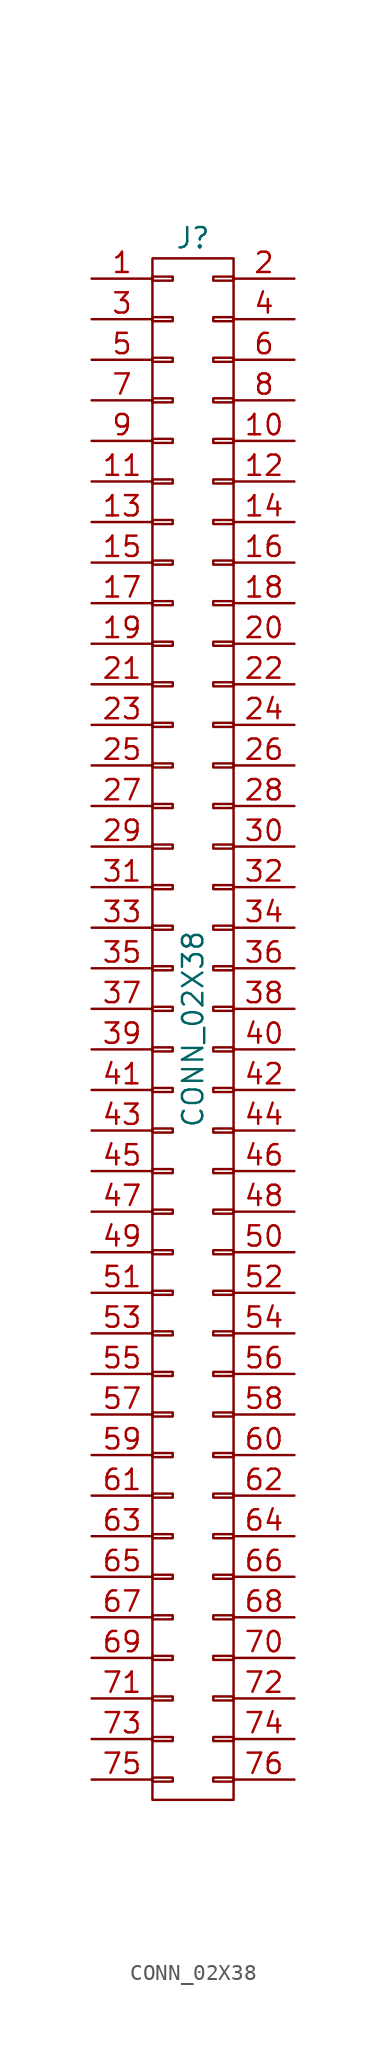
<source format=kicad_sym>
(kicad_symbol_lib
  (version 20211014)
  (generator kicad_symbol_editor)
  (symbol "CONN_02X38"
    (pin_names
      (offset 0.025) hide)
    (property "Reference" "J"
      (at 0 49.53 0)
      (effects (font (size 1.27 1.27))))
    (property "Value" "CONN_02X38"
      (at 0 0 90)
      (effects (font (size 1.27 1.27))))
    (symbol "CONN_02X38_0_1"
      (rectangle (start -2.54 -48.26) (end 2.54 48.26) (stroke (width 0) (type default) (color 0 0 0 0)) (fill (type none)))
      (rectangle (start -2.54 -46.863) (end -1.27 -47.117) (stroke (width 0) (type default) (color 0 0 0 0)) (fill (type none)))
      (rectangle (start -2.54 -44.323) (end -1.27 -44.577) (stroke (width 0) (type default) (color 0 0 0 0)) (fill (type none)))
      (rectangle (start -2.54 -41.783) (end -1.27 -42.037) (stroke (width 0) (type default) (color 0 0 0 0)) (fill (type none)))
      (rectangle (start -2.54 -39.243) (end -1.27 -39.497) (stroke (width 0) (type default) (color 0 0 0 0)) (fill (type none)))
      (rectangle (start -2.54 -36.703) (end -1.27 -36.957) (stroke (width 0) (type default) (color 0 0 0 0)) (fill (type none)))
      (rectangle (start -2.54 -34.163) (end -1.27 -34.417) (stroke (width 0) (type default) (color 0 0 0 0)) (fill (type none)))
      (rectangle (start -2.54 -31.623) (end -1.27 -31.877) (stroke (width 0) (type default) (color 0 0 0 0)) (fill (type none)))
      (rectangle (start -2.54 -29.083) (end -1.27 -29.337) (stroke (width 0) (type default) (color 0 0 0 0)) (fill (type none)))
      (rectangle (start -2.54 -26.543) (end -1.27 -26.797) (stroke (width 0) (type default) (color 0 0 0 0)) (fill (type none)))
      (rectangle (start -2.54 -24.003) (end -1.27 -24.257) (stroke (width 0) (type default) (color 0 0 0 0)) (fill (type none)))
      (rectangle (start -2.54 -21.463) (end -1.27 -21.717) (stroke (width 0) (type default) (color 0 0 0 0)) (fill (type none)))
      (rectangle (start -2.54 -18.923) (end -1.27 -19.177) (stroke (width 0) (type default) (color 0 0 0 0)) (fill (type none)))
      (rectangle (start -2.54 -16.383) (end -1.27 -16.637) (stroke (width 0) (type default) (color 0 0 0 0)) (fill (type none)))
      (rectangle (start -2.54 -13.843) (end -1.27 -14.097) (stroke (width 0) (type default) (color 0 0 0 0)) (fill (type none)))
      (rectangle (start -2.54 -11.303) (end -1.27 -11.557) (stroke (width 0) (type default) (color 0 0 0 0)) (fill (type none)))
      (rectangle (start -2.54 -8.763) (end -1.27 -9.017) (stroke (width 0) (type default) (color 0 0 0 0)) (fill (type none)))
      (rectangle (start -2.54 -6.223) (end -1.27 -6.477) (stroke (width 0) (type default) (color 0 0 0 0)) (fill (type none)))
      (rectangle (start -2.54 -3.683) (end -1.27 -3.937) (stroke (width 0) (type default) (color 0 0 0 0)) (fill (type none)))
      (rectangle (start -2.54 -1.143) (end -1.27 -1.397) (stroke (width 0) (type default) (color 0 0 0 0)) (fill (type none)))
      (rectangle (start -2.54 1.397) (end -1.27 1.143) (stroke (width 0) (type default) (color 0 0 0 0)) (fill (type none)))
      (rectangle (start -2.54 3.937) (end -1.27 3.683) (stroke (width 0) (type default) (color 0 0 0 0)) (fill (type none)))
      (rectangle (start -2.54 6.477) (end -1.27 6.223) (stroke (width 0) (type default) (color 0 0 0 0)) (fill (type none)))
      (rectangle (start -2.54 9.017) (end -1.27 8.763) (stroke (width 0) (type default) (color 0 0 0 0)) (fill (type none)))
      (rectangle (start -2.54 11.557) (end -1.27 11.303) (stroke (width 0) (type default) (color 0 0 0 0)) (fill (type none)))
      (rectangle (start -2.54 14.097) (end -1.27 13.843) (stroke (width 0) (type default) (color 0 0 0 0)) (fill (type none)))
      (rectangle (start -2.54 16.637) (end -1.27 16.383) (stroke (width 0) (type default) (color 0 0 0 0)) (fill (type none)))
      (rectangle (start -2.54 19.177) (end -1.27 18.923) (stroke (width 0) (type default) (color 0 0 0 0)) (fill (type none)))
      (rectangle (start -2.54 21.717) (end -1.27 21.463) (stroke (width 0) (type default) (color 0 0 0 0)) (fill (type none)))
      (rectangle (start -2.54 24.257) (end -1.27 24.003) (stroke (width 0) (type default) (color 0 0 0 0)) (fill (type none)))
      (rectangle (start -2.54 26.797) (end -1.27 26.543) (stroke (width 0) (type default) (color 0 0 0 0)) (fill (type none)))
      (rectangle (start -2.54 29.337) (end -1.27 29.083) (stroke (width 0) (type default) (color 0 0 0 0)) (fill (type none)))
      (rectangle (start -2.54 31.877) (end -1.27 31.623) (stroke (width 0) (type default) (color 0 0 0 0)) (fill (type none)))
      (rectangle (start -2.54 34.417) (end -1.27 34.163) (stroke (width 0) (type default) (color 0 0 0 0)) (fill (type none)))
      (rectangle (start -2.54 36.957) (end -1.27 36.703) (stroke (width 0) (type default) (color 0 0 0 0)) (fill (type none)))
      (rectangle (start -2.54 39.497) (end -1.27 39.243) (stroke (width 0) (type default) (color 0 0 0 0)) (fill (type none)))
      (rectangle (start -2.54 42.037) (end -1.27 41.783) (stroke (width 0) (type default) (color 0 0 0 0)) (fill (type none)))
      (rectangle (start -2.54 44.577) (end -1.27 44.323) (stroke (width 0) (type default) (color 0 0 0 0)) (fill (type none)))
      (rectangle (start -2.54 47.117) (end -1.27 46.863) (stroke (width 0) (type default) (color 0 0 0 0)) (fill (type none)))
      (rectangle (start 1.27 -46.863) (end 2.54 -47.117) (stroke (width 0) (type default) (color 0 0 0 0)) (fill (type none)))
      (rectangle (start 1.27 -44.323) (end 2.54 -44.577) (stroke (width 0) (type default) (color 0 0 0 0)) (fill (type none)))
      (rectangle (start 1.27 -41.783) (end 2.54 -42.037) (stroke (width 0) (type default) (color 0 0 0 0)) (fill (type none)))
      (rectangle (start 1.27 -39.243) (end 2.54 -39.497) (stroke (width 0) (type default) (color 0 0 0 0)) (fill (type none)))
      (rectangle (start 1.27 -36.703) (end 2.54 -36.957) (stroke (width 0) (type default) (color 0 0 0 0)) (fill (type none)))
      (rectangle (start 1.27 -34.163) (end 2.54 -34.417) (stroke (width 0) (type default) (color 0 0 0 0)) (fill (type none)))
      (rectangle (start 1.27 -31.623) (end 2.54 -31.877) (stroke (width 0) (type default) (color 0 0 0 0)) (fill (type none)))
      (rectangle (start 1.27 -29.083) (end 2.54 -29.337) (stroke (width 0) (type default) (color 0 0 0 0)) (fill (type none)))
      (rectangle (start 1.27 -26.543) (end 2.54 -26.797) (stroke (width 0) (type default) (color 0 0 0 0)) (fill (type none)))
      (rectangle (start 1.27 -24.003) (end 2.54 -24.257) (stroke (width 0) (type default) (color 0 0 0 0)) (fill (type none)))
      (rectangle (start 1.27 -21.463) (end 2.54 -21.717) (stroke (width 0) (type default) (color 0 0 0 0)) (fill (type none)))
      (rectangle (start 1.27 -18.923) (end 2.54 -19.177) (stroke (width 0) (type default) (color 0 0 0 0)) (fill (type none)))
      (rectangle (start 1.27 -16.383) (end 2.54 -16.637) (stroke (width 0) (type default) (color 0 0 0 0)) (fill (type none)))
      (rectangle (start 1.27 -13.843) (end 2.54 -14.097) (stroke (width 0) (type default) (color 0 0 0 0)) (fill (type none)))
      (rectangle (start 1.27 -11.303) (end 2.54 -11.557) (stroke (width 0) (type default) (color 0 0 0 0)) (fill (type none)))
      (rectangle (start 1.27 -8.763) (end 2.54 -9.017) (stroke (width 0) (type default) (color 0 0 0 0)) (fill (type none)))
      (rectangle (start 1.27 -6.223) (end 2.54 -6.477) (stroke (width 0) (type default) (color 0 0 0 0)) (fill (type none)))
      (rectangle (start 1.27 -3.683) (end 2.54 -3.937) (stroke (width 0) (type default) (color 0 0 0 0)) (fill (type none)))
      (rectangle (start 1.27 -1.143) (end 2.54 -1.397) (stroke (width 0) (type default) (color 0 0 0 0)) (fill (type none)))
      (rectangle (start 1.27 1.397) (end 2.54 1.143) (stroke (width 0) (type default) (color 0 0 0 0)) (fill (type none)))
      (rectangle (start 1.27 3.937) (end 2.54 3.683) (stroke (width 0) (type default) (color 0 0 0 0)) (fill (type none)))
      (rectangle (start 1.27 6.477) (end 2.54 6.223) (stroke (width 0) (type default) (color 0 0 0 0)) (fill (type none)))
      (rectangle (start 1.27 9.017) (end 2.54 8.763) (stroke (width 0) (type default) (color 0 0 0 0)) (fill (type none)))
      (rectangle (start 1.27 11.557) (end 2.54 11.303) (stroke (width 0) (type default) (color 0 0 0 0)) (fill (type none)))
      (rectangle (start 1.27 14.097) (end 2.54 13.843) (stroke (width 0) (type default) (color 0 0 0 0)) (fill (type none)))
      (rectangle (start 1.27 16.637) (end 2.54 16.383) (stroke (width 0) (type default) (color 0 0 0 0)) (fill (type none)))
      (rectangle (start 1.27 19.177) (end 2.54 18.923) (stroke (width 0) (type default) (color 0 0 0 0)) (fill (type none)))
      (rectangle (start 1.27 21.717) (end 2.54 21.463) (stroke (width 0) (type default) (color 0 0 0 0)) (fill (type none)))
      (rectangle (start 1.27 24.257) (end 2.54 24.003) (stroke (width 0) (type default) (color 0 0 0 0)) (fill (type none)))
      (rectangle (start 1.27 26.797) (end 2.54 26.543) (stroke (width 0) (type default) (color 0 0 0 0)) (fill (type none)))
      (rectangle (start 1.27 29.337) (end 2.54 29.083) (stroke (width 0) (type default) (color 0 0 0 0)) (fill (type none)))
      (rectangle (start 1.27 31.877) (end 2.54 31.623) (stroke (width 0) (type default) (color 0 0 0 0)) (fill (type none)))
      (rectangle (start 1.27 34.417) (end 2.54 34.163) (stroke (width 0) (type default) (color 0 0 0 0)) (fill (type none)))
      (rectangle (start 1.27 36.957) (end 2.54 36.703) (stroke (width 0) (type default) (color 0 0 0 0)) (fill (type none)))
      (rectangle (start 1.27 39.497) (end 2.54 39.243) (stroke (width 0) (type default) (color 0 0 0 0)) (fill (type none)))
      (rectangle (start 1.27 42.037) (end 2.54 41.783) (stroke (width 0) (type default) (color 0 0 0 0)) (fill (type none)))
      (rectangle (start 1.27 44.577) (end 2.54 44.323) (stroke (width 0) (type default) (color 0 0 0 0)) (fill (type none)))
      (rectangle (start 1.27 47.117) (end 2.54 46.863) (stroke (width 0) (type default) (color 0 0 0 0)) (fill (type none))))
    (symbol "CONN_02X38_1_1"
      (pin passive line (at -6.35 46.99 0) (length 3.81) (name "P1" (effects (font (size 1.27 1.27)))) (number "1" (effects (font (size 1.27 1.27)))))
      (pin passive line (at 6.35 36.83 180) (length 3.81) (name "P10" (effects (font (size 1.27 1.27)))) (number "10" (effects (font (size 1.27 1.27)))))
      (pin passive line (at -6.35 34.29 0) (length 3.81) (name "P11" (effects (font (size 1.27 1.27)))) (number "11" (effects (font (size 1.27 1.27)))))
      (pin passive line (at 6.35 34.29 180) (length 3.81) (name "P12" (effects (font (size 1.27 1.27)))) (number "12" (effects (font (size 1.27 1.27)))))
      (pin passive line (at -6.35 31.75 0) (length 3.81) (name "P13" (effects (font (size 1.27 1.27)))) (number "13" (effects (font (size 1.27 1.27)))))
      (pin passive line (at 6.35 31.75 180) (length 3.81) (name "P14" (effects (font (size 1.27 1.27)))) (number "14" (effects (font (size 1.27 1.27)))))
      (pin passive line (at -6.35 29.21 0) (length 3.81) (name "P15" (effects (font (size 1.27 1.27)))) (number "15" (effects (font (size 1.27 1.27)))))
      (pin passive line (at 6.35 29.21 180) (length 3.81) (name "P16" (effects (font (size 1.27 1.27)))) (number "16" (effects (font (size 1.27 1.27)))))
      (pin passive line (at -6.35 26.67 0) (length 3.81) (name "P17" (effects (font (size 1.27 1.27)))) (number "17" (effects (font (size 1.27 1.27)))))
      (pin passive line (at 6.35 26.67 180) (length 3.81) (name "P18" (effects (font (size 1.27 1.27)))) (number "18" (effects (font (size 1.27 1.27)))))
      (pin passive line (at -6.35 24.13 0) (length 3.81) (name "P19" (effects (font (size 1.27 1.27)))) (number "19" (effects (font (size 1.27 1.27)))))
      (pin passive line (at 6.35 46.99 180) (length 3.81) (name "P2" (effects (font (size 1.27 1.27)))) (number "2" (effects (font (size 1.27 1.27)))))
      (pin passive line (at 6.35 24.13 180) (length 3.81) (name "P20" (effects (font (size 1.27 1.27)))) (number "20" (effects (font (size 1.27 1.27)))))
      (pin passive line (at -6.35 21.59 0) (length 3.81) (name "P21" (effects (font (size 1.27 1.27)))) (number "21" (effects (font (size 1.27 1.27)))))
      (pin passive line (at 6.35 21.59 180) (length 3.81) (name "P22" (effects (font (size 1.27 1.27)))) (number "22" (effects (font (size 1.27 1.27)))))
      (pin passive line (at -6.35 19.05 0) (length 3.81) (name "P23" (effects (font (size 1.27 1.27)))) (number "23" (effects (font (size 1.27 1.27)))))
      (pin passive line (at 6.35 19.05 180) (length 3.81) (name "P24" (effects (font (size 1.27 1.27)))) (number "24" (effects (font (size 1.27 1.27)))))
      (pin passive line (at -6.35 16.51 0) (length 3.81) (name "P25" (effects (font (size 1.27 1.27)))) (number "25" (effects (font (size 1.27 1.27)))))
      (pin passive line (at 6.35 16.51 180) (length 3.81) (name "P26" (effects (font (size 1.27 1.27)))) (number "26" (effects (font (size 1.27 1.27)))))
      (pin passive line (at -6.35 13.97 0) (length 3.81) (name "P27" (effects (font (size 1.27 1.27)))) (number "27" (effects (font (size 1.27 1.27)))))
      (pin passive line (at 6.35 13.97 180) (length 3.81) (name "P28" (effects (font (size 1.27 1.27)))) (number "28" (effects (font (size 1.27 1.27)))))
      (pin passive line (at -6.35 11.43 0) (length 3.81) (name "P29" (effects (font (size 1.27 1.27)))) (number "29" (effects (font (size 1.27 1.27)))))
      (pin passive line (at -6.35 44.45 0) (length 3.81) (name "P3" (effects (font (size 1.27 1.27)))) (number "3" (effects (font (size 1.27 1.27)))))
      (pin passive line (at 6.35 11.43 180) (length 3.81) (name "P30" (effects (font (size 1.27 1.27)))) (number "30" (effects (font (size 1.27 1.27)))))
      (pin passive line (at -6.35 8.89 0) (length 3.81) (name "P31" (effects (font (size 1.27 1.27)))) (number "31" (effects (font (size 1.27 1.27)))))
      (pin passive line (at 6.35 8.89 180) (length 3.81) (name "P32" (effects (font (size 1.27 1.27)))) (number "32" (effects (font (size 1.27 1.27)))))
      (pin passive line (at -6.35 6.35 0) (length 3.81) (name "P33" (effects (font (size 1.27 1.27)))) (number "33" (effects (font (size 1.27 1.27)))))
      (pin passive line (at 6.35 6.35 180) (length 3.81) (name "P34" (effects (font (size 1.27 1.27)))) (number "34" (effects (font (size 1.27 1.27)))))
      (pin passive line (at -6.35 3.81 0) (length 3.81) (name "P35" (effects (font (size 1.27 1.27)))) (number "35" (effects (font (size 1.27 1.27)))))
      (pin passive line (at 6.35 3.81 180) (length 3.81) (name "P36" (effects (font (size 1.27 1.27)))) (number "36" (effects (font (size 1.27 1.27)))))
      (pin passive line (at -6.35 1.27 0) (length 3.81) (name "P37" (effects (font (size 1.27 1.27)))) (number "37" (effects (font (size 1.27 1.27)))))
      (pin passive line (at 6.35 1.27 180) (length 3.81) (name "P38" (effects (font (size 1.27 1.27)))) (number "38" (effects (font (size 1.27 1.27)))))
      (pin passive line (at -6.35 -1.27 0) (length 3.81) (name "P39" (effects (font (size 1.27 1.27)))) (number "39" (effects (font (size 1.27 1.27)))))
      (pin passive line (at 6.35 44.45 180) (length 3.81) (name "P4" (effects (font (size 1.27 1.27)))) (number "4" (effects (font (size 1.27 1.27)))))
      (pin passive line (at 6.35 -1.27 180) (length 3.81) (name "P40" (effects (font (size 1.27 1.27)))) (number "40" (effects (font (size 1.27 1.27)))))
      (pin passive line (at -6.35 -3.81 0) (length 3.81) (name "P41" (effects (font (size 1.27 1.27)))) (number "41" (effects (font (size 1.27 1.27)))))
      (pin passive line (at 6.35 -3.81 180) (length 3.81) (name "P42" (effects (font (size 1.27 1.27)))) (number "42" (effects (font (size 1.27 1.27)))))
      (pin passive line (at -6.35 -6.35 0) (length 3.81) (name "P43" (effects (font (size 1.27 1.27)))) (number "43" (effects (font (size 1.27 1.27)))))
      (pin passive line (at 6.35 -6.35 180) (length 3.81) (name "P44" (effects (font (size 1.27 1.27)))) (number "44" (effects (font (size 1.27 1.27)))))
      (pin passive line (at -6.35 -8.89 0) (length 3.81) (name "P45" (effects (font (size 1.27 1.27)))) (number "45" (effects (font (size 1.27 1.27)))))
      (pin passive line (at 6.35 -8.89 180) (length 3.81) (name "P46" (effects (font (size 1.27 1.27)))) (number "46" (effects (font (size 1.27 1.27)))))
      (pin passive line (at -6.35 -11.43 0) (length 3.81) (name "P47" (effects (font (size 1.27 1.27)))) (number "47" (effects (font (size 1.27 1.27)))))
      (pin passive line (at 6.35 -11.43 180) (length 3.81) (name "P48" (effects (font (size 1.27 1.27)))) (number "48" (effects (font (size 1.27 1.27)))))
      (pin passive line (at -6.35 -13.97 0) (length 3.81) (name "P49" (effects (font (size 1.27 1.27)))) (number "49" (effects (font (size 1.27 1.27)))))
      (pin passive line (at -6.35 41.91 0) (length 3.81) (name "P5" (effects (font (size 1.27 1.27)))) (number "5" (effects (font (size 1.27 1.27)))))
      (pin passive line (at 6.35 -13.97 180) (length 3.81) (name "P50" (effects (font (size 1.27 1.27)))) (number "50" (effects (font (size 1.27 1.27)))))
      (pin passive line (at -6.35 -16.51 0) (length 3.81) (name "P51" (effects (font (size 1.27 1.27)))) (number "51" (effects (font (size 1.27 1.27)))))
      (pin passive line (at 6.35 -16.51 180) (length 3.81) (name "P52" (effects (font (size 1.27 1.27)))) (number "52" (effects (font (size 1.27 1.27)))))
      (pin passive line (at -6.35 -19.05 0) (length 3.81) (name "P53" (effects (font (size 1.27 1.27)))) (number "53" (effects (font (size 1.27 1.27)))))
      (pin passive line (at 6.35 -19.05 180) (length 3.81) (name "P54" (effects (font (size 1.27 1.27)))) (number "54" (effects (font (size 1.27 1.27)))))
      (pin passive line (at -6.35 -21.59 0) (length 3.81) (name "P55" (effects (font (size 1.27 1.27)))) (number "55" (effects (font (size 1.27 1.27)))))
      (pin passive line (at 6.35 -21.59 180) (length 3.81) (name "P56" (effects (font (size 1.27 1.27)))) (number "56" (effects (font (size 1.27 1.27)))))
      (pin passive line (at -6.35 -24.13 0) (length 3.81) (name "P57" (effects (font (size 1.27 1.27)))) (number "57" (effects (font (size 1.27 1.27)))))
      (pin passive line (at 6.35 -24.13 180) (length 3.81) (name "P58" (effects (font (size 1.27 1.27)))) (number "58" (effects (font (size 1.27 1.27)))))
      (pin passive line (at -6.35 -26.67 0) (length 3.81) (name "P59" (effects (font (size 1.27 1.27)))) (number "59" (effects (font (size 1.27 1.27)))))
      (pin passive line (at 6.35 41.91 180) (length 3.81) (name "P6" (effects (font (size 1.27 1.27)))) (number "6" (effects (font (size 1.27 1.27)))))
      (pin passive line (at 6.35 -26.67 180) (length 3.81) (name "P60" (effects (font (size 1.27 1.27)))) (number "60" (effects (font (size 1.27 1.27)))))
      (pin passive line (at -6.35 -29.21 0) (length 3.81) (name "P61" (effects (font (size 1.27 1.27)))) (number "61" (effects (font (size 1.27 1.27)))))
      (pin passive line (at 6.35 -29.21 180) (length 3.81) (name "P62" (effects (font (size 1.27 1.27)))) (number "62" (effects (font (size 1.27 1.27)))))
      (pin passive line (at -6.35 -31.75 0) (length 3.81) (name "P63" (effects (font (size 1.27 1.27)))) (number "63" (effects (font (size 1.27 1.27)))))
      (pin passive line (at 6.35 -31.75 180) (length 3.81) (name "P64" (effects (font (size 1.27 1.27)))) (number "64" (effects (font (size 1.27 1.27)))))
      (pin passive line (at -6.35 -34.29 0) (length 3.81) (name "P65" (effects (font (size 1.27 1.27)))) (number "65" (effects (font (size 1.27 1.27)))))
      (pin passive line (at 6.35 -34.29 180) (length 3.81) (name "P66" (effects (font (size 1.27 1.27)))) (number "66" (effects (font (size 1.27 1.27)))))
      (pin passive line (at -6.35 -36.83 0) (length 3.81) (name "P67" (effects (font (size 1.27 1.27)))) (number "67" (effects (font (size 1.27 1.27)))))
      (pin passive line (at 6.35 -36.83 180) (length 3.81) (name "P68" (effects (font (size 1.27 1.27)))) (number "68" (effects (font (size 1.27 1.27)))))
      (pin passive line (at -6.35 -39.37 0) (length 3.81) (name "P69" (effects (font (size 1.27 1.27)))) (number "69" (effects (font (size 1.27 1.27)))))
      (pin passive line (at -6.35 39.37 0) (length 3.81) (name "P7" (effects (font (size 1.27 1.27)))) (number "7" (effects (font (size 1.27 1.27)))))
      (pin passive line (at 6.35 -39.37 180) (length 3.81) (name "P70" (effects (font (size 1.27 1.27)))) (number "70" (effects (font (size 1.27 1.27)))))
      (pin passive line (at -6.35 -41.91 0) (length 3.81) (name "P71" (effects (font (size 1.27 1.27)))) (number "71" (effects (font (size 1.27 1.27)))))
      (pin passive line (at 6.35 -41.91 180) (length 3.81) (name "P72" (effects (font (size 1.27 1.27)))) (number "72" (effects (font (size 1.27 1.27)))))
      (pin passive line (at -6.35 -44.45 0) (length 3.81) (name "P73" (effects (font (size 1.27 1.27)))) (number "73" (effects (font (size 1.27 1.27)))))
      (pin passive line (at 6.35 -44.45 180) (length 3.81) (name "P74" (effects (font (size 1.27 1.27)))) (number "74" (effects (font (size 1.27 1.27)))))
      (pin passive line (at -6.35 -46.99 0) (length 3.81) (name "P75" (effects (font (size 1.27 1.27)))) (number "75" (effects (font (size 1.27 1.27)))))
      (pin passive line (at 6.35 -46.99 180) (length 3.81) (name "P76" (effects (font (size 1.27 1.27)))) (number "76" (effects (font (size 1.27 1.27)))))
      (pin passive line (at 6.35 39.37 180) (length 3.81) (name "P8" (effects (font (size 1.27 1.27)))) (number "8" (effects (font (size 1.27 1.27)))))
      (pin passive line (at -6.35 36.83 0) (length 3.81) (name "P9" (effects (font (size 1.27 1.27)))) (number "9" (effects (font (size 1.27 1.27))))))))
</source>
